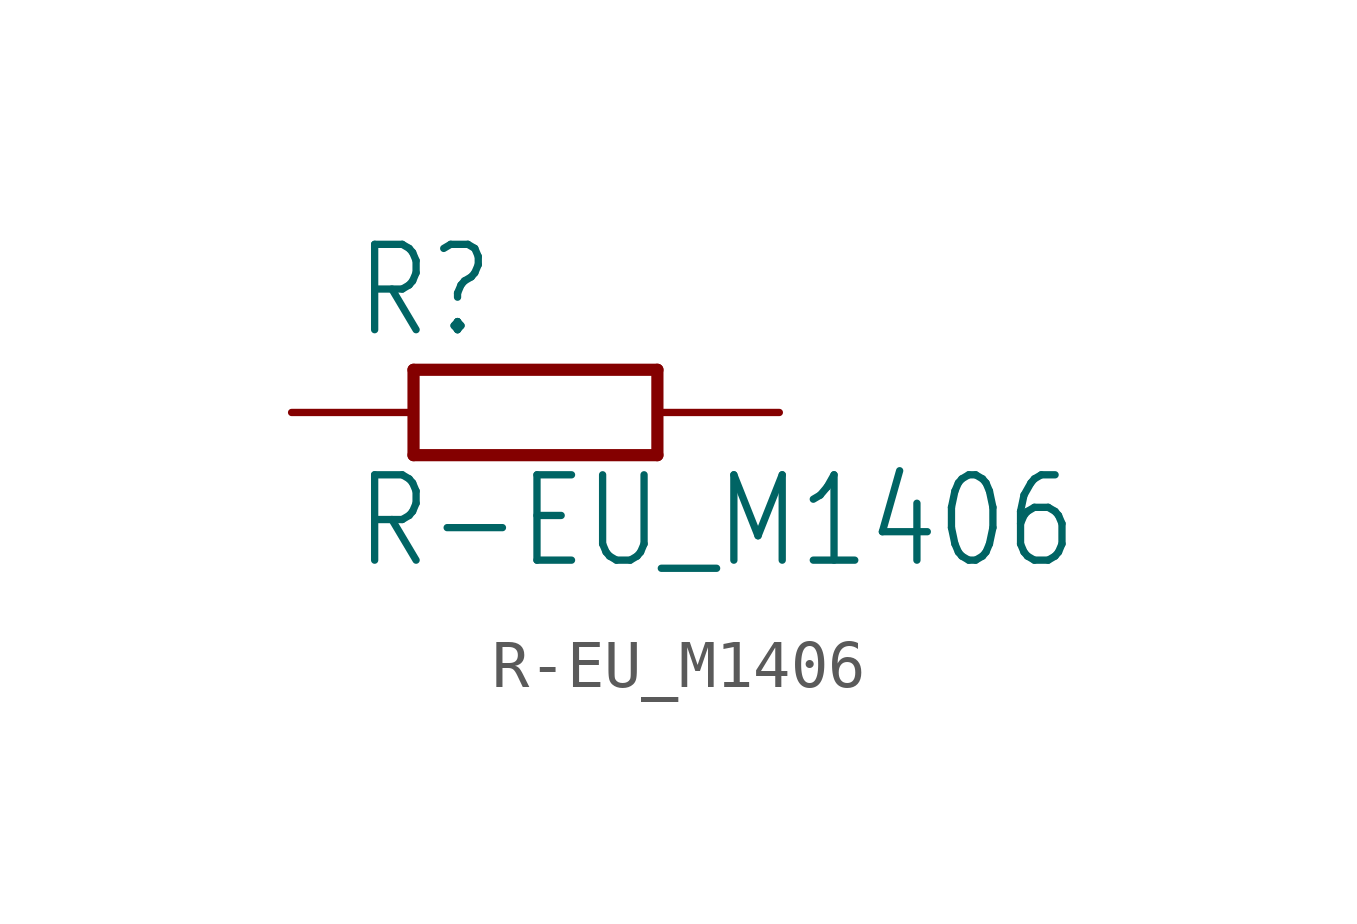
<source format=kicad_sym>
(kicad_symbol_lib
  (version 20220331)
  (generator kicad_symbol_editor)
  (symbol "R-EU_M1406"
    (property "Reference" "R"
      (at -3.81 1.499 0)
      (effects (font (size 1.778 1.511)) (justify left bottom)))
    (property "Value" "R-EU_M1406"
      (at -3.81 -3.302 0)
      (effects (font (size 1.778 1.511)) (justify left bottom)))
    (property "ki_locked" ""
      (at 0 0 0)
      (effects (font (size 1.27 1.27))))
    (symbol "R-EU_M1406_1_0"
      (polyline (pts (xy -2.54 -0.889) (xy -2.54 0.889)) (stroke (width 0.254) (type solid)) (fill (type none)))
      (polyline (pts (xy -2.54 -0.889) (xy 2.54 -0.889)) (stroke (width 0.254) (type solid)) (fill (type none)))
      (polyline (pts (xy 2.54 -0.889) (xy 2.54 0.889)) (stroke (width 0.254) (type solid)) (fill (type none)))
      (polyline (pts (xy 2.54 0.889) (xy -2.54 0.889)) (stroke (width 0.254) (type solid)) (fill (type none)))
      (pin passive line (at -5.08 0 0) (length 2.54) (name "1" (effects (font (size 0 0)))) (number "1" (effects (font (size 0 0)))))
      (pin passive line (at 5.08 0 180) (length 2.54) (name "2" (effects (font (size 0 0)))) (number "2" (effects (font (size 0 0))))))))
</source>
